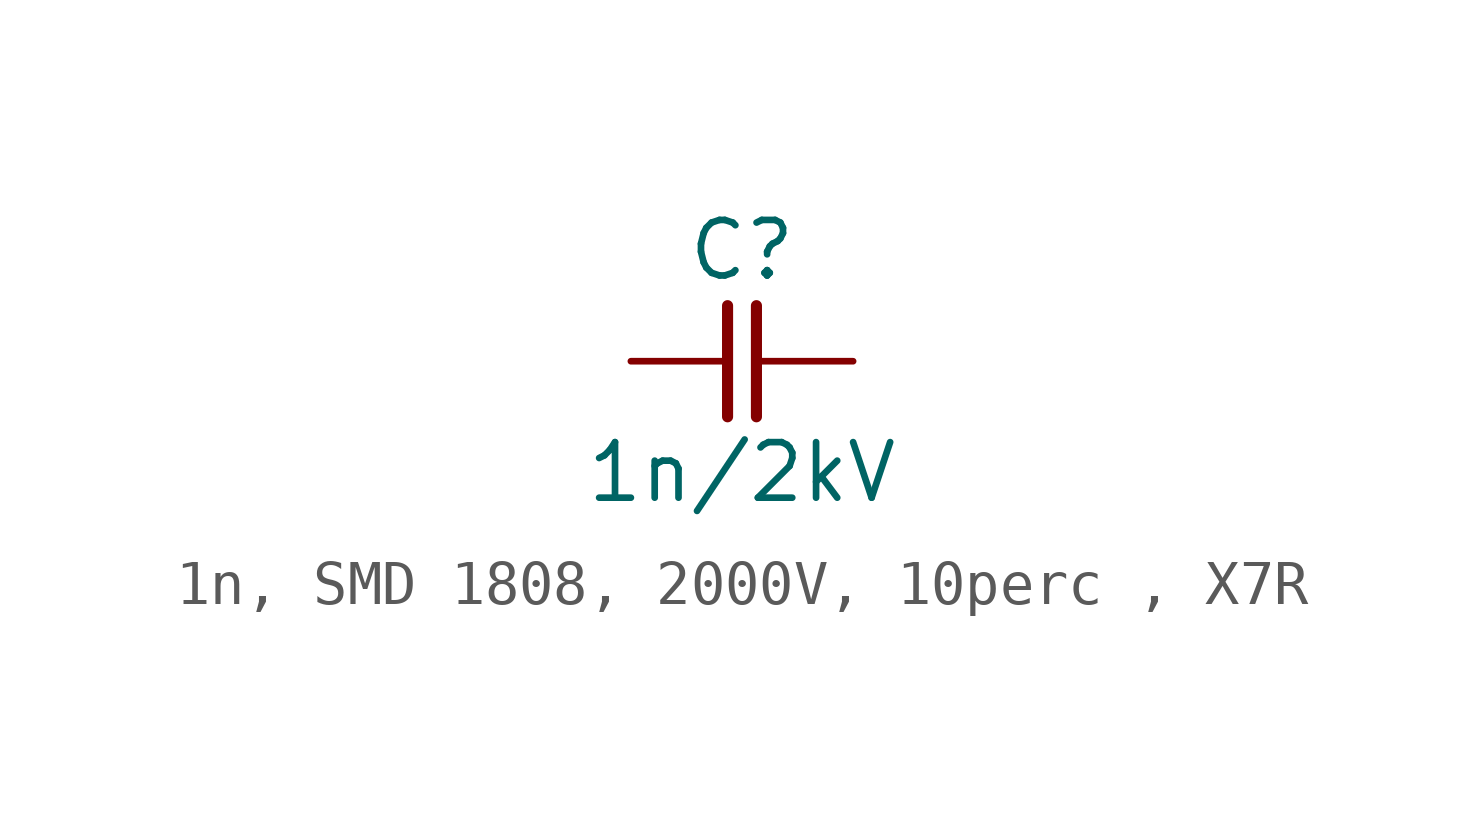
<source format=kicad_sym>
(kicad_symbol_lib
  (version 20241209)
  (generator "kicad_symbol_editor")
  (generator_version "9.0")
  (symbol "1n, SMD 1808, 2000V, 10perc , X7R"
    (pin_numbers
      (hide yes))
    (pin_names
      (offset 0)
      (hide yes))
    (property "Reference" "C"
      (at 0 2.54 0)
      (effects (font (size 1.27 1.27))))
    (property "Value" "1n/2kV"
      (at 0 -2.54 0)
      (effects (font (size 1.27 1.27))))
    (symbol "1n, SMD 1808, 2000V, 10perc , X7R_0_1"
      (polyline (pts (xy -0.33 1.27) (xy -0.33 -1.27)) (stroke (width 0.254) (type default)) (fill (type none)))
      (polyline (pts (xy 0.33 1.27) (xy 0.33 -1.27)) (stroke (width 0.254) (type default)) (fill (type none))))
    (symbol "1n, SMD 1808, 2000V, 10perc , X7R_1_1"
      (pin passive line (at -2.54 0 0) (length 2.21) (name "1" (effects (font (size 1.27 1.27)))) (number "1" (effects (font (size 1.27 1.27)))))
      (pin passive line (at 2.54 0 180) (length 2.21) (name "2" (effects (font (size 1.27 1.27)))) (number "2" (effects (font (size 1.27 1.27))))))))
</source>
